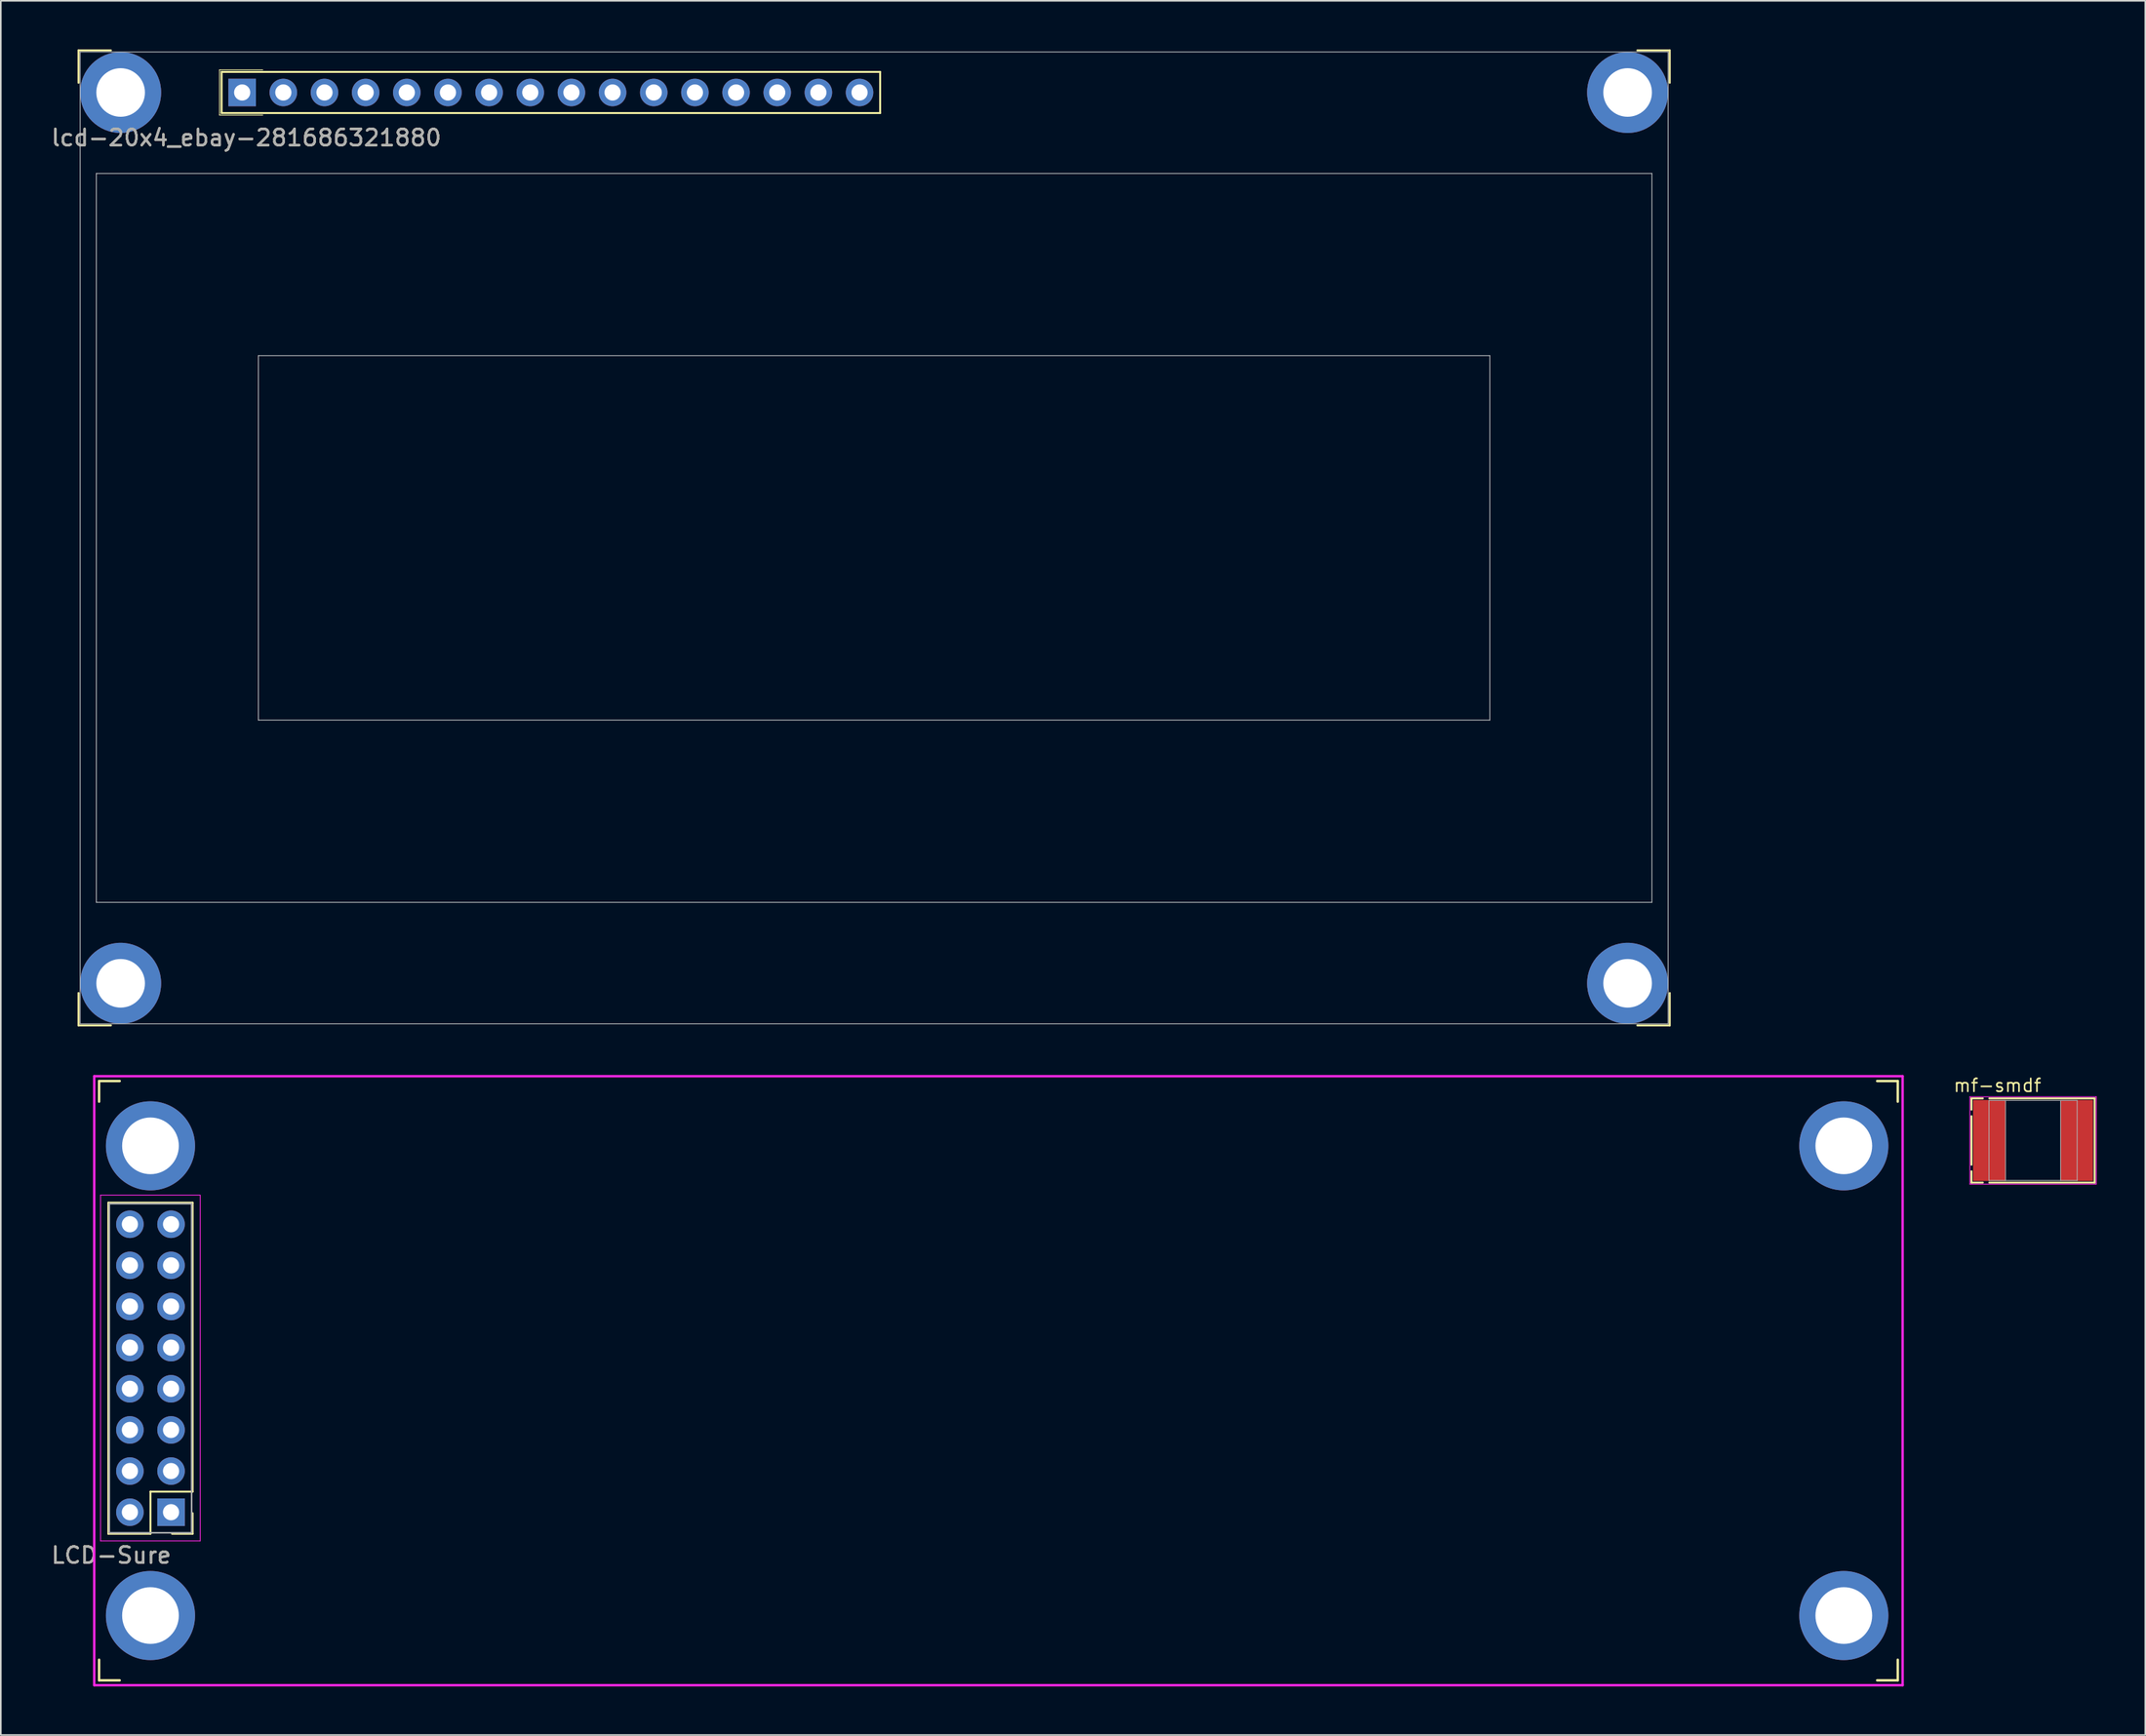
<source format=kicad_pcb>
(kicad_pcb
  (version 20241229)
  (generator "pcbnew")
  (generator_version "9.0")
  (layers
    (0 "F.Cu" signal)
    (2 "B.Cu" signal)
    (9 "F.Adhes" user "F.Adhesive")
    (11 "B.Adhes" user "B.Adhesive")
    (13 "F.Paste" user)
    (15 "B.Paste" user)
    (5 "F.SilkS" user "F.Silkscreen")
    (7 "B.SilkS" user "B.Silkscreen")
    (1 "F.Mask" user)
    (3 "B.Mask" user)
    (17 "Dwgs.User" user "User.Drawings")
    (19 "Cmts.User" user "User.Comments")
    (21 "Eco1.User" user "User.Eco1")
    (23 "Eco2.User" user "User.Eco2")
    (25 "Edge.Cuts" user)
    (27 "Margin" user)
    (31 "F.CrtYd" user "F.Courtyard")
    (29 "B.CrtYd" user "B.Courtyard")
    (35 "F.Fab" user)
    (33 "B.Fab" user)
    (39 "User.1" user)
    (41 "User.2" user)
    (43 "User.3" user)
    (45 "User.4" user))
  (footprint "mf-smdf"
    (layer "F.Cu")
    (at 122.416 67.364)
    (property "Reference" "mf-smdf" (at -2.2 -3.4 0) (layer "F.SilkS") (effects (font (size 0.8 0.8) (thickness 0.1))))
    (attr through_hole)
    (fp_line (start -3.8 -2.6) (end -3.8 -1.9) (stroke (width 0.12) (type solid)) (layer "F.SilkS"))
    (fp_line (start -3.8 -2.6) (end -3.1 -2.6) (stroke (width 0.12) (type solid)) (layer "F.SilkS"))
    (fp_line (start -3.8 1.5) (end -3.8 -1.5) (stroke (width 0.12) (type solid)) (layer "F.SilkS"))
    (fp_line (start -3.8 1.9) (end -3.8 2.6) (stroke (width 0.12) (type solid)) (layer "F.SilkS"))
    (fp_line (start -3.8 2.6) (end -3.1 2.6) (stroke (width 0.12) (type solid)) (layer "F.SilkS"))
    (fp_line (start -2.7 -2.6) (end 3.8 -2.6) (stroke (width 0.12) (type solid)) (layer "F.SilkS"))
    (fp_line (start 3.8 -2.6) (end 3.8 2.6) (stroke (width 0.12) (type solid)) (layer "F.SilkS"))
    (fp_line (start 3.8 2.6) (end -2.7 2.6) (stroke (width 0.12) (type solid)) (layer "F.SilkS"))
    (fp_line (start -3.9 -2.7) (end 3.9 -2.7) (stroke (width 0.05) (type solid)) (layer "F.CrtYd"))
    (fp_line (start -3.9 2.7) (end -3.9 -2.7) (stroke (width 0.05) (type solid)) (layer "F.CrtYd"))
    (fp_line (start 3.9 -2.7) (end 3.9 2.7) (stroke (width 0.05) (type solid)) (layer "F.CrtYd"))
    (fp_line (start 3.9 2.7) (end -3.9 2.7) (stroke (width 0.05) (type solid)) (layer "F.CrtYd"))
    (fp_line (start -2.72 -2.47) (end 2.72 -2.47) (stroke (width 0.05) (type solid)) (layer "F.Fab"))
    (fp_line (start -2.72 2.47) (end -2.72 -2.47) (stroke (width 0.05) (type solid)) (layer "F.Fab"))
    (fp_line (start -1.7 -2.47) (end -1.7 2.47) (stroke (width 0.05) (type solid)) (layer "F.Fab"))
    (fp_line (start 1.7 -2.47) (end 1.7 2.47) (stroke (width 0.05) (type solid)) (layer "F.Fab"))
    (fp_line (start 2.72 -2.47) (end 2.72 2.47) (stroke (width 0.05) (type solid)) (layer "F.Fab"))
    (fp_line (start 2.72 2.47) (end -2.72 2.47) (stroke (width 0.05) (type solid)) (layer "F.Fab"))
    (pad "1" smd rect (at -2.7 0) (size 2 5) (layers "F.Cu" "F.Mask" "F.Paste"))
    (pad "2" smd rect (at 2.7 0) (size 2 5) (layers "F.Cu" "F.Mask" "F.Paste")))
  (footprint "LCD-Sure"
    (layer "F.Cu")
    (at 7.506 90.315)
    (property "Reference" "LCD-Sure" (at -3.691 2.662 0) (layer "F.SilkS") (effects (font (size 1 1) (thickness 0.15))))
    (attr through_hole)
    (fp_line (start -4.44 -26.62) (end -4.44 -25.35) (stroke (width 0.15) (type solid)) (layer "F.SilkS"))
    (fp_line (start -4.44 -26.62) (end -3.17 -26.62) (stroke (width 0.15) (type solid)) (layer "F.SilkS"))
    (fp_line (start -4.44 9.11) (end -4.44 10.38) (stroke (width 0.15) (type solid)) (layer "F.SilkS"))
    (fp_line (start -4.44 10.38) (end -3.17 10.38) (stroke (width 0.15) (type solid)) (layer "F.SilkS"))
    (fp_line (start -3.87 -19.11) (end 1.33 -19.11) (stroke (width 0.12) (type solid)) (layer "F.SilkS"))
    (fp_line (start -3.87 1.33) (end -3.87 -19.11) (stroke (width 0.12) (type solid)) (layer "F.SilkS"))
    (fp_line (start -1.27 -1.27) (end -1.27 1.33) (stroke (width 0.12) (type solid)) (layer "F.SilkS"))
    (fp_line (start -1.27 -1.27) (end 1.33 -1.27) (stroke (width 0.12) (type solid)) (layer "F.SilkS"))
    (fp_line (start -1.27 1.33) (end -3.87 1.33) (stroke (width 0.12) (type solid)) (layer "F.SilkS"))
    (fp_line (start 1.33 -19.11) (end 1.33 -1.27) (stroke (width 0.12) (type solid)) (layer "F.SilkS"))
    (fp_line (start 1.33 0.06) (end 1.33 1.33) (stroke (width 0.12) (type solid)) (layer "F.SilkS"))
    (fp_line (start 1.33 1.33) (end 0.06 1.33) (stroke (width 0.12) (type solid)) (layer "F.SilkS"))
    (fp_line (start 105.29 -26.62) (end 106.56 -26.62) (stroke (width 0.15) (type solid)) (layer "F.SilkS"))
    (fp_line (start 105.29 10.38) (end 106.56 10.38) (stroke (width 0.15) (type solid)) (layer "F.SilkS"))
    (fp_line (start 106.56 -26.62) (end 106.56 -25.35) (stroke (width 0.15) (type solid)) (layer "F.SilkS"))
    (fp_line (start 106.56 9.11) (end 106.56 10.38) (stroke (width 0.15) (type solid)) (layer "F.SilkS"))
    (fp_line (start -4.74 -26.92) (end -4.74 10.68) (stroke (width 0.15) (type solid)) (layer "F.CrtYd"))
    (fp_line (start -4.74 -26.92) (end 106.86 -26.92) (stroke (width 0.15) (type solid)) (layer "F.CrtYd"))
    (fp_line (start -4.35 -19.58) (end -4.35 1.77) (stroke (width 0.05) (type solid)) (layer "F.CrtYd"))
    (fp_line (start -4.35 1.77) (end 1.8 1.77) (stroke (width 0.05) (type solid)) (layer "F.CrtYd"))
    (fp_line (start 1.8 -19.58) (end -4.35 -19.58) (stroke (width 0.05) (type solid)) (layer "F.CrtYd"))
    (fp_line (start 1.8 1.77) (end 1.8 -19.58) (stroke (width 0.05) (type solid)) (layer "F.CrtYd"))
    (fp_line (start 106.86 -26.92) (end 106.86 10.68) (stroke (width 0.15) (type solid)) (layer "F.CrtYd"))
    (fp_line (start 106.86 10.68) (end -4.74 10.68) (stroke (width 0.15) (type solid)) (layer "F.CrtYd"))
    (fp_line (start -3.81 -19.05) (end -3.81 1.27) (stroke (width 0.1) (type solid)) (layer "F.Fab"))
    (fp_line (start -3.81 1.27) (end 1.27 1.27) (stroke (width 0.1) (type solid)) (layer "F.Fab"))
    (fp_line (start 1.27 -19.05) (end -3.81 -19.05) (stroke (width 0.1) (type solid)) (layer "F.Fab"))
    (fp_line (start 1.27 1.27) (end 1.27 -19.05) (stroke (width 0.1) (type solid)) (layer "F.Fab"))
    (fp_text user "${REFERENCE}" (at -3.691 2.662 0) (layer "F.Fab") (effects (font (size 1 1) (thickness 0.15))))
    (pad "" np_thru_hole oval (at -1.27 -22.62) (size 5.5 5.5) (drill 3.5) (layers "*.Cu" "*.Mask"))
    (pad "" np_thru_hole oval (at -1.27 6.38) (size 5.5 5.5) (drill 3.5) (layers "*.Cu" "*.Mask"))
    (pad "" np_thru_hole oval (at 103.23 -22.62) (size 5.5 5.5) (drill 3.5) (layers "*.Cu" "*.Mask"))
    (pad "" np_thru_hole oval (at 103.23 6.38) (size 5.5 5.5) (drill 3.5) (layers "*.Cu" "*.Mask"))
    (pad "1" thru_hole rect (at 0 0) (size 1.7 1.7) (drill 1) (layers "*.Cu" "*.Mask"))
    (pad "2" thru_hole oval (at -2.54 0) (size 1.7 1.7) (drill 1) (layers "*.Cu" "*.Mask"))
    (pad "3" thru_hole oval (at 0 -2.54) (size 1.7 1.7) (drill 1) (layers "*.Cu" "*.Mask"))
    (pad "4" thru_hole oval (at -2.54 -2.54) (size 1.7 1.7) (drill 1) (layers "*.Cu" "*.Mask"))
    (pad "5" thru_hole oval (at 0 -5.08) (size 1.7 1.7) (drill 1) (layers "*.Cu" "*.Mask"))
    (pad "6" thru_hole oval (at -2.54 -5.08) (size 1.7 1.7) (drill 1) (layers "*.Cu" "*.Mask"))
    (pad "7" thru_hole oval (at 0 -7.62) (size 1.7 1.7) (drill 1) (layers "*.Cu" "*.Mask"))
    (pad "8" thru_hole oval (at -2.54 -7.62) (size 1.7 1.7) (drill 1) (layers "*.Cu" "*.Mask"))
    (pad "9" thru_hole oval (at 0 -10.16) (size 1.7 1.7) (drill 1) (layers "*.Cu" "*.Mask"))
    (pad "10" thru_hole oval (at -2.54 -10.16) (size 1.7 1.7) (drill 1) (layers "*.Cu" "*.Mask"))
    (pad "11" thru_hole oval (at 0 -12.7) (size 1.7 1.7) (drill 1) (layers "*.Cu" "*.Mask"))
    (pad "12" thru_hole oval (at -2.54 -12.7) (size 1.7 1.7) (drill 1) (layers "*.Cu" "*.Mask"))
    (pad "13" thru_hole oval (at 0 -15.24) (size 1.7 1.7) (drill 1) (layers "*.Cu" "*.Mask"))
    (pad "14" thru_hole oval (at -2.54 -15.24) (size 1.7 1.7) (drill 1) (layers "*.Cu" "*.Mask"))
    (pad "15" thru_hole oval (at 0 -17.78) (size 1.7 1.7) (drill 1) (layers "*.Cu" "*.Mask"))
    (pad "16" thru_hole oval (at -2.54 -17.78) (size 1.7 1.7) (drill 1) (layers "*.Cu" "*.Mask")))
  (footprint "lcd-20x4_ebay-281686321880"
    (layer "F.Cu")
    (at 50.895 30.16)
    (property "Reference" "lcd-20x4_ebay-281686321880" (at -38.746 -24.706 0) (layer "F.SilkS") (effects (font (size 1 1) (thickness 0.15))))
    (attr through_hole)
    (fp_line (start -49.1 -30.1) (end -49.1 -28.1) (stroke (width 0.12) (type solid)) (layer "F.SilkS"))
    (fp_line (start -49.1 -30.1) (end -47.1 -30.1) (stroke (width 0.12) (type solid)) (layer "F.SilkS"))
    (fp_line (start -49.1 30.1) (end -49.1 28.1) (stroke (width 0.12) (type solid)) (layer "F.SilkS"))
    (fp_line (start -49.1 30.1) (end -47.1 30.1) (stroke (width 0.12) (type solid)) (layer "F.SilkS"))
    (fp_line (start -40.397 -28.897) (end -37.73 -28.897) (stroke (width 0.05) (type solid)) (layer "F.SilkS"))
    (fp_line (start -40.397 -26.103) (end -40.397 -28.897) (stroke (width 0.05) (type solid)) (layer "F.SilkS"))
    (fp_line (start -40.397 -26.103) (end -37.73 -26.103) (stroke (width 0.05) (type solid)) (layer "F.SilkS"))
    (fp_line (start -40.27 -28.77) (end 0.37 -28.77) (stroke (width 0.12) (type solid)) (layer "F.SilkS"))
    (fp_line (start -40.27 -26.23) (end -40.27 -28.77) (stroke (width 0.12) (type solid)) (layer "F.SilkS"))
    (fp_line (start 0.37 -28.77) (end 0.37 -26.23) (stroke (width 0.12) (type solid)) (layer "F.SilkS"))
    (fp_line (start 0.37 -26.23) (end -40.27 -26.23) (stroke (width 0.12) (type solid)) (layer "F.SilkS"))
    (fp_line (start 49.1 -30.1) (end 47.1 -30.1) (stroke (width 0.12) (type solid)) (layer "F.SilkS"))
    (fp_line (start 49.1 -30.1) (end 49.1 -28.1) (stroke (width 0.12) (type solid)) (layer "F.SilkS"))
    (fp_line (start 49.1 30.1) (end 47.1 30.1) (stroke (width 0.12) (type solid)) (layer "F.SilkS"))
    (fp_line (start 49.1 30.1) (end 49.1 28.1) (stroke (width 0.12) (type solid)) (layer "F.SilkS"))
    (fp_line (start -49 -30) (end 49 -30) (stroke (width 0.05) (type solid)) (layer "Dwgs.User"))
    (fp_line (start -49 30) (end -49 -30) (stroke (width 0.05) (type solid)) (layer "Dwgs.User"))
    (fp_line (start -48 -22.5) (end 48 -22.5) (stroke (width 0.05) (type solid)) (layer "Dwgs.User"))
    (fp_line (start -48 22.5) (end -48 -22.5) (stroke (width 0.05) (type solid)) (layer "Dwgs.User"))
    (fp_line (start -38 -11.25) (end 38 -11.25) (stroke (width 0.05) (type solid)) (layer "Dwgs.User"))
    (fp_line (start -38 11.25) (end -38 -11.25) (stroke (width 0.05) (type solid)) (layer "Dwgs.User"))
    (fp_line (start 38 -11.25) (end 38 11.25) (stroke (width 0.05) (type solid)) (layer "Dwgs.User"))
    (fp_line (start 38 11.25) (end -38 11.25) (stroke (width 0.05) (type solid)) (layer "Dwgs.User"))
    (fp_line (start 48 -22.5) (end 48 22.5) (stroke (width 0.05) (type solid)) (layer "Dwgs.User"))
    (fp_line (start 48 22.5) (end -48 22.5) (stroke (width 0.05) (type solid)) (layer "Dwgs.User"))
    (fp_line (start 49 -30) (end 49 30) (stroke (width 0.05) (type solid)) (layer "Dwgs.User"))
    (fp_line (start 49 30) (end -49 30) (stroke (width 0.05) (type solid)) (layer "Dwgs.User"))
    (fp_text user "${REFERENCE}" (at -38.746 -24.706 0) (layer "F.Fab") (effects (font (size 1 1) (thickness 0.15))))
    (pad "" np_thru_hole oval (at -46.5 -27.5) (size 5 5) (drill 3) (layers "*.Cu" "*.Mask"))
    (pad "" np_thru_hole oval (at -46.5 27.5) (size 5 5) (drill 3) (layers "*.Cu" "*.Mask"))
    (pad "" np_thru_hole oval (at 46.5 -27.5) (size 5 5) (drill 3) (layers "*.Cu" "*.Mask"))
    (pad "" np_thru_hole oval (at 46.5 27.5) (size 5 5) (drill 3) (layers "*.Cu" "*.Mask"))
    (pad "1" thru_hole rect (at -39 -27.5) (size 1.7 1.7) (drill 1) (layers "*.Cu" "*.Mask"))
    (pad "2" thru_hole oval (at -36.46 -27.5) (size 1.7 1.7) (drill 1) (layers "*.Cu" "*.Mask"))
    (pad "3" thru_hole oval (at -33.92 -27.5) (size 1.7 1.7) (drill 1) (layers "*.Cu" "*.Mask"))
    (pad "4" thru_hole oval (at -31.38 -27.5) (size 1.7 1.7) (drill 1) (layers "*.Cu" "*.Mask"))
    (pad "5" thru_hole oval (at -28.84 -27.5) (size 1.7 1.7) (drill 1) (layers "*.Cu" "*.Mask"))
    (pad "6" thru_hole oval (at -26.3 -27.5) (size 1.7 1.7) (drill 1) (layers "*.Cu" "*.Mask"))
    (pad "7" thru_hole oval (at -23.76 -27.5) (size 1.7 1.7) (drill 1) (layers "*.Cu" "*.Mask"))
    (pad "8" thru_hole oval (at -21.22 -27.5) (size 1.7 1.7) (drill 1) (layers "*.Cu" "*.Mask"))
    (pad "9" thru_hole oval (at -18.68 -27.5) (size 1.7 1.7) (drill 1) (layers "*.Cu" "*.Mask"))
    (pad "10" thru_hole oval (at -16.14 -27.5) (size 1.7 1.7) (drill 1) (layers "*.Cu" "*.Mask"))
    (pad "11" thru_hole oval (at -13.6 -27.5) (size 1.7 1.7) (drill 1) (layers "*.Cu" "*.Mask"))
    (pad "12" thru_hole oval (at -11.06 -27.5) (size 1.7 1.7) (drill 1) (layers "*.Cu" "*.Mask"))
    (pad "13" thru_hole oval (at -8.52 -27.5) (size 1.7 1.7) (drill 1) (layers "*.Cu" "*.Mask"))
    (pad "14" thru_hole oval (at -5.98 -27.5) (size 1.7 1.7) (drill 1) (layers "*.Cu" "*.Mask"))
    (pad "15" thru_hole oval (at -3.44 -27.5) (size 1.7 1.7) (drill 1) (layers "*.Cu" "*.Mask"))
    (pad "16" thru_hole oval (at -0.9 -27.5) (size 1.7 1.7) (drill 1) (layers "*.Cu" "*.Mask")))
  (gr_rect
    (start -3 -3)
    (end 129.341 104.07)
    (stroke (width 0.1) (type default))
    (fill no)
    (layer "Edge.Cuts")))
</source>
